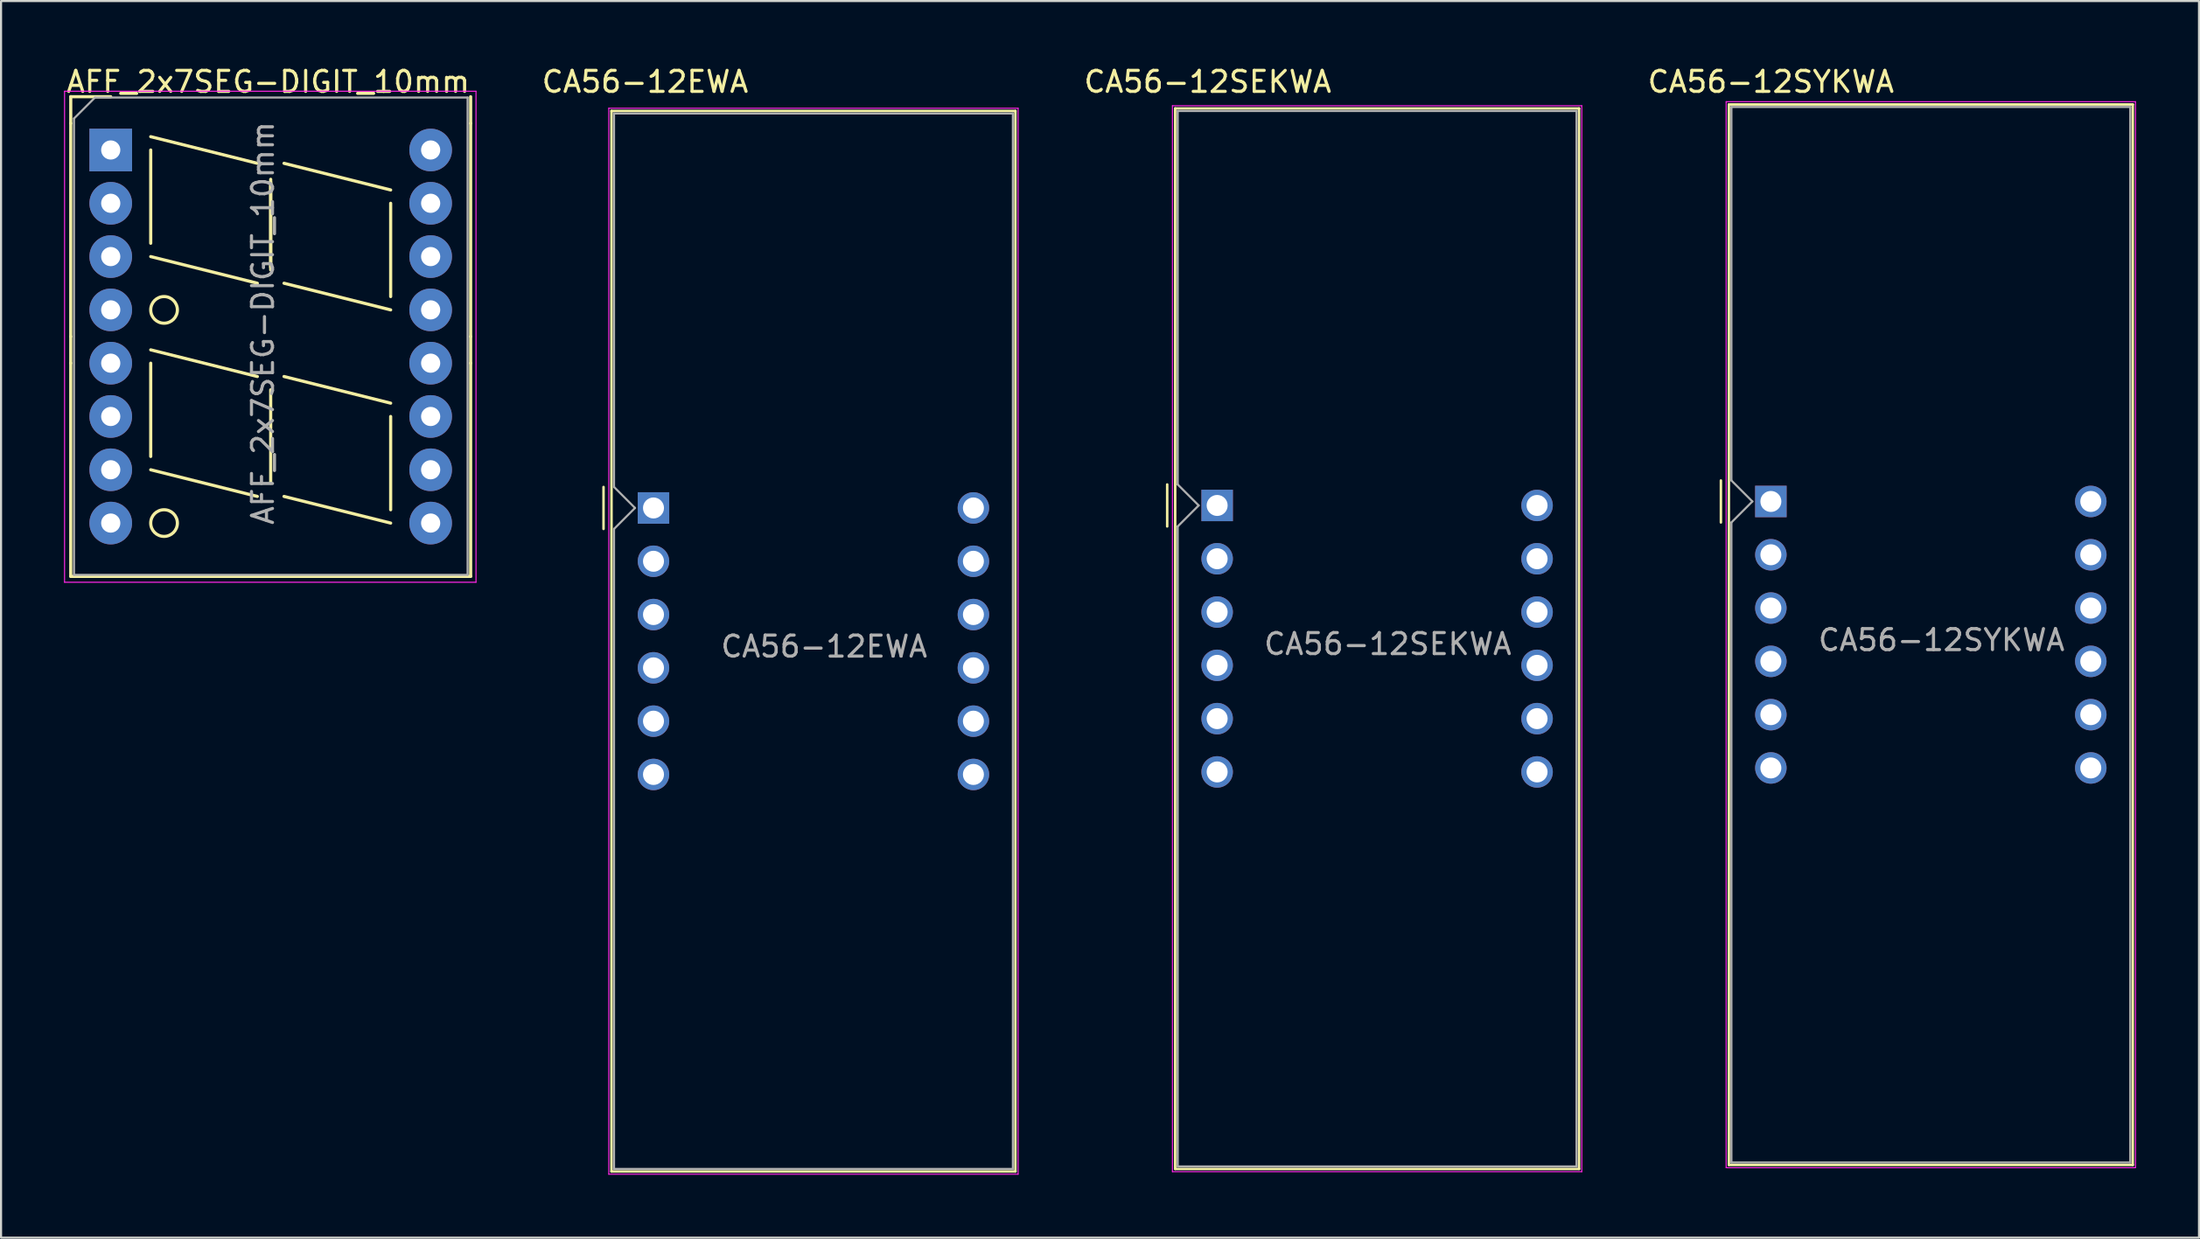
<source format=kicad_pcb>
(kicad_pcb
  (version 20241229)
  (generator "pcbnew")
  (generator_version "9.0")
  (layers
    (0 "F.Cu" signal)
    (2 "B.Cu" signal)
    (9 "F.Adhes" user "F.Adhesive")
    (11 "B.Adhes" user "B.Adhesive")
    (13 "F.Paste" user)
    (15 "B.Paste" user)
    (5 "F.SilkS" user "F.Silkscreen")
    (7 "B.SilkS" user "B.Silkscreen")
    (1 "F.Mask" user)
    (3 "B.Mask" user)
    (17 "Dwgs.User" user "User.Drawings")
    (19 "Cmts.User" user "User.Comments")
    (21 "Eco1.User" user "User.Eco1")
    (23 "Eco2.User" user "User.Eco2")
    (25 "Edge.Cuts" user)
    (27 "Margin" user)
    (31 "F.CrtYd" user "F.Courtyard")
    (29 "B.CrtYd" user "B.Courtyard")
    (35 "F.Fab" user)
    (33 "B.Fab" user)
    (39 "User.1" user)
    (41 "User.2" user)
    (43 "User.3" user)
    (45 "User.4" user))
  (footprint "CA56-12EWA"
    (layer "F.Cu")
    (at 28.08 21.158)
    (property "Reference" "CA56-12EWA" (at -0.4 -20.31 0) (layer "F.SilkS") (effects (font (size 1 1) (thickness 0.15))))
    (attr through_hole)
    (fp_line (start -2.38 -1) (end -2.38 1) (stroke (width 0.12) (type solid)) (layer "F.SilkS"))
    (fp_line (start -2 -18.92) (end -2 31.62) (stroke (width 0.12) (type solid)) (layer "F.SilkS"))
    (fp_line (start -2 -18.92) (end 17.24 -18.92) (stroke (width 0.12) (type solid)) (layer "F.SilkS"))
    (fp_line (start -2 31.62) (end 17.24 31.62) (stroke (width 0.12) (type solid)) (layer "F.SilkS"))
    (fp_line (start 17.24 31.62) (end 17.24 -18.92) (stroke (width 0.12) (type solid)) (layer "F.SilkS"))
    (fp_line (start -2.13 -19.05) (end 17.37 -19.05) (stroke (width 0.05) (type solid)) (layer "F.CrtYd"))
    (fp_line (start -2.13 31.75) (end -2.13 -19.05) (stroke (width 0.05) (type solid)) (layer "F.CrtYd"))
    (fp_line (start 17.37 -19.05) (end 17.37 31.75) (stroke (width 0.05) (type solid)) (layer "F.CrtYd"))
    (fp_line (start 17.37 31.75) (end -2.13 31.75) (stroke (width 0.05) (type solid)) (layer "F.CrtYd"))
    (fp_line (start -1.88 -18.8) (end 17.12 -18.8) (stroke (width 0.1) (type solid)) (layer "F.Fab"))
    (fp_line (start -1.88 -1) (end -1.88 -18.8) (stroke (width 0.1) (type solid)) (layer "F.Fab"))
    (fp_line (start -1.88 1) (end -1.88 31.5) (stroke (width 0.1) (type solid)) (layer "F.Fab"))
    (fp_line (start -1.88 1) (end -0.88 0) (stroke (width 0.1) (type solid)) (layer "F.Fab"))
    (fp_line (start -1.88 31.5) (end 17.12 31.5) (stroke (width 0.1) (type solid)) (layer "F.Fab"))
    (fp_line (start -0.88 0) (end -1.88 -1) (stroke (width 0.1) (type solid)) (layer "F.Fab"))
    (fp_line (start 17.12 -18.8) (end 17.12 31.5) (stroke (width 0.1) (type solid)) (layer "F.Fab"))
    (fp_text user "${REFERENCE}" (at 8.128 6.604 0) (layer "F.Fab") (effects (font (size 1 1) (thickness 0.15))))
    (pad "1" thru_hole rect (at 0 0) (size 1.5 1.5) (drill 1) (layers "*.Cu" "*.Mask"))
    (pad "2" thru_hole circle (at 0 2.54) (size 1.5 1.5) (drill 1) (layers "*.Cu" "*.Mask"))
    (pad "3" thru_hole circle (at 0 5.08) (size 1.5 1.5) (drill 1) (layers "*.Cu" "*.Mask"))
    (pad "4" thru_hole circle (at 0 7.62) (size 1.5 1.5) (drill 1) (layers "*.Cu" "*.Mask"))
    (pad "5" thru_hole circle (at 0 10.16) (size 1.5 1.5) (drill 1) (layers "*.Cu" "*.Mask"))
    (pad "6" thru_hole circle (at 0 12.7) (size 1.5 1.5) (drill 1) (layers "*.Cu" "*.Mask"))
    (pad "7" thru_hole circle (at 15.24 12.7) (size 1.5 1.5) (drill 1) (layers "*.Cu" "*.Mask"))
    (pad "8" thru_hole circle (at 15.24 10.16) (size 1.5 1.5) (drill 1) (layers "*.Cu" "*.Mask"))
    (pad "9" thru_hole circle (at 15.24 7.62) (size 1.5 1.5) (drill 1) (layers "*.Cu" "*.Mask"))
    (pad "10" thru_hole circle (at 15.24 5.08) (size 1.5 1.5) (drill 1) (layers "*.Cu" "*.Mask"))
    (pad "11" thru_hole circle (at 15.24 2.54) (size 1.5 1.5) (drill 1) (layers "*.Cu" "*.Mask"))
    (pad "12" thru_hole circle (at 15.24 0) (size 1.5 1.5) (drill 1) (layers "*.Cu" "*.Mask")))
  (footprint "CA56-12SYKWA"
    (layer "F.Cu")
    (at 81.308 20.848)
    (property "Reference" "CA56-12SYKWA" (at 0 -20 0) (layer "F.SilkS") (effects (font (size 1 1) (thickness 0.15))))
    (attr through_hole)
    (fp_line (start -2.38 -1) (end -2.38 1) (stroke (width 0.12) (type solid)) (layer "F.SilkS"))
    (fp_line (start -2 -18.92) (end -2 31.62) (stroke (width 0.12) (type solid)) (layer "F.SilkS"))
    (fp_line (start -2 -18.92) (end 17.24 -18.92) (stroke (width 0.12) (type solid)) (layer "F.SilkS"))
    (fp_line (start -2 31.62) (end 17.24 31.62) (stroke (width 0.12) (type solid)) (layer "F.SilkS"))
    (fp_line (start 17.24 31.62) (end 17.24 -18.92) (stroke (width 0.12) (type solid)) (layer "F.SilkS"))
    (fp_line (start -2.13 -19.05) (end 17.37 -19.05) (stroke (width 0.05) (type solid)) (layer "F.CrtYd"))
    (fp_line (start -2.13 31.75) (end -2.13 -19.05) (stroke (width 0.05) (type solid)) (layer "F.CrtYd"))
    (fp_line (start 17.37 -19.05) (end 17.37 31.75) (stroke (width 0.05) (type solid)) (layer "F.CrtYd"))
    (fp_line (start 17.37 31.75) (end -2.13 31.75) (stroke (width 0.05) (type solid)) (layer "F.CrtYd"))
    (fp_line (start -1.88 -18.8) (end 17.12 -18.8) (stroke (width 0.1) (type solid)) (layer "F.Fab"))
    (fp_line (start -1.88 -1) (end -1.88 -18.8) (stroke (width 0.1) (type solid)) (layer "F.Fab"))
    (fp_line (start -1.88 1) (end -1.88 31.5) (stroke (width 0.1) (type solid)) (layer "F.Fab"))
    (fp_line (start -1.88 1) (end -0.88 0) (stroke (width 0.1) (type solid)) (layer "F.Fab"))
    (fp_line (start -1.88 31.5) (end 17.12 31.5) (stroke (width 0.1) (type solid)) (layer "F.Fab"))
    (fp_line (start -0.88 0) (end -1.88 -1) (stroke (width 0.1) (type solid)) (layer "F.Fab"))
    (fp_line (start 17.12 -18.8) (end 17.12 31.5) (stroke (width 0.1) (type solid)) (layer "F.Fab"))
    (fp_text user "${REFERENCE}" (at 8.128 6.604 0) (layer "F.Fab") (effects (font (size 1 1) (thickness 0.15))))
    (pad "1" thru_hole rect (at 0 0) (size 1.5 1.5) (drill 1) (layers "*.Cu" "*.Mask"))
    (pad "2" thru_hole circle (at 0 2.54) (size 1.5 1.5) (drill 1) (layers "*.Cu" "*.Mask"))
    (pad "3" thru_hole circle (at 0 5.08) (size 1.5 1.5) (drill 1) (layers "*.Cu" "*.Mask"))
    (pad "4" thru_hole circle (at 0 7.62) (size 1.5 1.5) (drill 1) (layers "*.Cu" "*.Mask"))
    (pad "5" thru_hole circle (at 0 10.16) (size 1.5 1.5) (drill 1) (layers "*.Cu" "*.Mask"))
    (pad "6" thru_hole circle (at 0 12.7) (size 1.5 1.5) (drill 1) (layers "*.Cu" "*.Mask"))
    (pad "7" thru_hole circle (at 15.24 12.7) (size 1.5 1.5) (drill 1) (layers "*.Cu" "*.Mask"))
    (pad "8" thru_hole circle (at 15.24 10.16) (size 1.5 1.5) (drill 1) (layers "*.Cu" "*.Mask"))
    (pad "9" thru_hole circle (at 15.24 7.62) (size 1.5 1.5) (drill 1) (layers "*.Cu" "*.Mask"))
    (pad "10" thru_hole circle (at 15.24 5.08) (size 1.5 1.5) (drill 1) (layers "*.Cu" "*.Mask"))
    (pad "11" thru_hole circle (at 15.24 2.54) (size 1.5 1.5) (drill 1) (layers "*.Cu" "*.Mask"))
    (pad "12" thru_hole circle (at 15.24 0) (size 1.5 1.5) (drill 1) (layers "*.Cu" "*.Mask")))
  (footprint "CA56-12SEKWA"
    (layer "F.Cu")
    (at 54.931 21.038)
    (property "Reference" "CA56-12SEKWA" (at -0.45 -20.19 0) (layer "F.SilkS") (effects (font (size 1 1) (thickness 0.15))))
    (attr through_hole)
    (fp_line (start -2.38 -1) (end -2.38 1) (stroke (width 0.12) (type solid)) (layer "F.SilkS"))
    (fp_line (start -2 -18.92) (end -2 31.62) (stroke (width 0.12) (type solid)) (layer "F.SilkS"))
    (fp_line (start -2 -18.92) (end 17.24 -18.92) (stroke (width 0.12) (type solid)) (layer "F.SilkS"))
    (fp_line (start -2 31.62) (end 17.24 31.62) (stroke (width 0.12) (type solid)) (layer "F.SilkS"))
    (fp_line (start 17.24 31.62) (end 17.24 -18.92) (stroke (width 0.12) (type solid)) (layer "F.SilkS"))
    (fp_line (start -2.13 -19.05) (end 17.37 -19.05) (stroke (width 0.05) (type solid)) (layer "F.CrtYd"))
    (fp_line (start -2.13 31.75) (end -2.13 -19.05) (stroke (width 0.05) (type solid)) (layer "F.CrtYd"))
    (fp_line (start 17.37 -19.05) (end 17.37 31.75) (stroke (width 0.05) (type solid)) (layer "F.CrtYd"))
    (fp_line (start 17.37 31.75) (end -2.13 31.75) (stroke (width 0.05) (type solid)) (layer "F.CrtYd"))
    (fp_line (start -1.88 -18.8) (end 17.12 -18.8) (stroke (width 0.1) (type solid)) (layer "F.Fab"))
    (fp_line (start -1.88 -1) (end -1.88 -18.8) (stroke (width 0.1) (type solid)) (layer "F.Fab"))
    (fp_line (start -1.88 1) (end -1.88 31.5) (stroke (width 0.1) (type solid)) (layer "F.Fab"))
    (fp_line (start -1.88 1) (end -0.88 0) (stroke (width 0.1) (type solid)) (layer "F.Fab"))
    (fp_line (start -1.88 31.5) (end 17.12 31.5) (stroke (width 0.1) (type solid)) (layer "F.Fab"))
    (fp_line (start -0.88 0) (end -1.88 -1) (stroke (width 0.1) (type solid)) (layer "F.Fab"))
    (fp_line (start 17.12 -18.8) (end 17.12 31.5) (stroke (width 0.1) (type solid)) (layer "F.Fab"))
    (fp_text user "${REFERENCE}" (at 8.128 6.604 0) (layer "F.Fab") (effects (font (size 1 1) (thickness 0.15))))
    (pad "1" thru_hole rect (at 0 0) (size 1.5 1.5) (drill 1) (layers "*.Cu" "*.Mask"))
    (pad "2" thru_hole circle (at 0 2.54) (size 1.5 1.5) (drill 1) (layers "*.Cu" "*.Mask"))
    (pad "3" thru_hole circle (at 0 5.08) (size 1.5 1.5) (drill 1) (layers "*.Cu" "*.Mask"))
    (pad "4" thru_hole circle (at 0 7.62) (size 1.5 1.5) (drill 1) (layers "*.Cu" "*.Mask"))
    (pad "5" thru_hole circle (at 0 10.16) (size 1.5 1.5) (drill 1) (layers "*.Cu" "*.Mask"))
    (pad "6" thru_hole circle (at 0 12.7) (size 1.5 1.5) (drill 1) (layers "*.Cu" "*.Mask"))
    (pad "7" thru_hole circle (at 15.24 12.7) (size 1.5 1.5) (drill 1) (layers "*.Cu" "*.Mask"))
    (pad "8" thru_hole circle (at 15.24 10.16) (size 1.5 1.5) (drill 1) (layers "*.Cu" "*.Mask"))
    (pad "9" thru_hole circle (at 15.24 7.62) (size 1.5 1.5) (drill 1) (layers "*.Cu" "*.Mask"))
    (pad "10" thru_hole circle (at 15.24 5.08) (size 1.5 1.5) (drill 1) (layers "*.Cu" "*.Mask"))
    (pad "11" thru_hole circle (at 15.24 2.54) (size 1.5 1.5) (drill 1) (layers "*.Cu" "*.Mask"))
    (pad "12" thru_hole circle (at 15.24 0) (size 1.5 1.5) (drill 1) (layers "*.Cu" "*.Mask")))
  (footprint "AFF_2x7SEG-DIGIT_10mm"
    (layer "F.Cu")
    (at 2.225 4.098)
    (property "Reference" "AFF_2x7SEG-DIGIT_10mm" (at 7.5 -3.25 0) (layer "F.SilkS") (effects (font (size 1 1) (thickness 0.15))))
    (attr through_hole)
    (fp_line (start -1.905 -2.54) (end -1.905 -1.27) (stroke (width 0.15) (type solid)) (layer "F.SilkS"))
    (fp_line (start -1.905 -1.27) (end -1.905 8.89) (stroke (width 0.15) (type solid)) (layer "F.SilkS"))
    (fp_line (start -1.905 8.89) (end -1.905 10.16) (stroke (width 0.15) (type solid)) (layer "F.SilkS"))
    (fp_line (start -1.905 20.32) (end -1.905 10.16) (stroke (width 0.15) (type solid)) (layer "F.SilkS"))
    (fp_line (start 0 -2.54) (end -1.905 -2.54) (stroke (width 0.15) (type solid)) (layer "F.SilkS"))
    (fp_line (start 1.905 0) (end 1.905 4.445) (stroke (width 0.15) (type solid)) (layer "F.SilkS"))
    (fp_line (start 1.905 9.525) (end 6.985 10.795) (stroke (width 0.15) (type solid)) (layer "F.SilkS"))
    (fp_line (start 1.905 10.16) (end 1.905 14.605) (stroke (width 0.15) (type solid)) (layer "F.SilkS"))
    (fp_line (start 6.985 0.635) (end 1.905 -0.635) (stroke (width 0.15) (type solid)) (layer "F.SilkS"))
    (fp_line (start 6.985 6.35) (end 1.905 5.08) (stroke (width 0.15) (type solid)) (layer "F.SilkS"))
    (fp_line (start 6.985 16.51) (end 1.905 15.24) (stroke (width 0.15) (type solid)) (layer "F.SilkS"))
    (fp_line (start 7.62 1.397) (end 7.62 5.715) (stroke (width 0.15) (type solid)) (layer "F.SilkS"))
    (fp_line (start 7.62 1.524) (end 7.62 5.588) (stroke (width 0.15) (type solid)) (layer "F.SilkS"))
    (fp_line (start 7.62 11.43) (end 7.62 15.875) (stroke (width 0.15) (type solid)) (layer "F.SilkS"))
    (fp_line (start 8.255 0.635) (end 13.335 1.905) (stroke (width 0.15) (type solid)) (layer "F.SilkS"))
    (fp_line (start 8.255 6.35) (end 13.335 7.62) (stroke (width 0.15) (type solid)) (layer "F.SilkS"))
    (fp_line (start 8.255 10.795) (end 13.335 12.065) (stroke (width 0.15) (type solid)) (layer "F.SilkS"))
    (fp_line (start 8.255 16.51) (end 13.335 17.78) (stroke (width 0.15) (type solid)) (layer "F.SilkS"))
    (fp_line (start 13.335 2.54) (end 13.335 6.985) (stroke (width 0.15) (type solid)) (layer "F.SilkS"))
    (fp_line (start 13.335 12.7) (end 13.335 17.145) (stroke (width 0.15) (type solid)) (layer "F.SilkS"))
    (fp_line (start 17.145 -1.27) (end 17.145 -2.54) (stroke (width 0.15) (type solid)) (layer "F.SilkS"))
    (fp_line (start 17.145 8.89) (end 17.145 -1.27) (stroke (width 0.15) (type solid)) (layer "F.SilkS"))
    (fp_line (start 17.145 10.16) (end 17.145 8.89) (stroke (width 0.15) (type solid)) (layer "F.SilkS"))
    (fp_line (start 17.145 10.16) (end 17.145 20.32) (stroke (width 0.15) (type solid)) (layer "F.SilkS"))
    (fp_line (start 17.145 20.32) (end -1.905 20.32) (stroke (width 0.15) (type solid)) (layer "F.SilkS"))
    (fp_circle (center 2.54 7.62) (end 2.54 8.255) (stroke (width 0.15) (type solid)) (fill no) (layer "F.SilkS"))
    (fp_circle (center 2.54 17.78) (end 2.54 18.415) (stroke (width 0.15) (type solid)) (fill no) (layer "F.SilkS"))
    (fp_line (start -2.2 -2.8) (end 17.4 -2.8) (stroke (width 0.05) (type solid)) (layer "F.CrtYd"))
    (fp_line (start -2.2 20.6) (end -2.2 -2.8) (stroke (width 0.05) (type solid)) (layer "F.CrtYd"))
    (fp_line (start 17.4 -2.8) (end 17.4 20.6) (stroke (width 0.05) (type solid)) (layer "F.CrtYd"))
    (fp_line (start 17.4 20.6) (end -2.2 20.6) (stroke (width 0.05) (type solid)) (layer "F.CrtYd"))
    (fp_line (start -1.75 -1.5) (end -1.75 20.25) (stroke (width 0.1) (type solid)) (layer "F.Fab"))
    (fp_line (start -1.75 20.25) (end 17 20.25) (stroke (width 0.1) (type solid)) (layer "F.Fab"))
    (fp_line (start -0.75 -2.5) (end -1.75 -1.5) (stroke (width 0.1) (type solid)) (layer "F.Fab"))
    (fp_line (start 17 -2.5) (end -0.75 -2.5) (stroke (width 0.1) (type solid)) (layer "F.Fab"))
    (fp_line (start 17 20.25) (end 17 -2.5) (stroke (width 0.1) (type solid)) (layer "F.Fab"))
    (fp_text user "${REFERENCE}" (at 7.25 8.25 270) (layer "F.Fab") (effects (font (size 1 1) (thickness 0.15))))
    (pad "1" thru_hole rect (at 0 0 270) (size 2.032 2.032) (drill 0.914) (layers "*.Cu" "*.Mask"))
    (pad "2" thru_hole circle (at 0 2.54 270) (size 2.032 2.032) (drill 0.914) (layers "*.Cu" "*.Mask"))
    (pad "3" thru_hole circle (at 0 5.08 270) (size 2.032 2.032) (drill 0.914) (layers "*.Cu" "*.Mask"))
    (pad "4" thru_hole circle (at 0 7.62 270) (size 2.032 2.032) (drill 0.914) (layers "*.Cu" "*.Mask"))
    (pad "5" thru_hole circle (at 0 10.16 270) (size 2.032 2.032) (drill 0.914) (layers "*.Cu" "*.Mask"))
    (pad "6" thru_hole circle (at 0 12.7 270) (size 2.032 2.032) (drill 0.914) (layers "*.Cu" "*.Mask"))
    (pad "7" thru_hole circle (at 0 15.24 270) (size 2.032 2.032) (drill 0.914) (layers "*.Cu" "*.Mask"))
    (pad "8" thru_hole circle (at 0 17.78 270) (size 2.032 2.032) (drill 0.914) (layers "*.Cu" "*.Mask"))
    (pad "9" thru_hole circle (at 15.24 17.78 270) (size 2.032 2.032) (drill 0.914) (layers "*.Cu" "*.Mask"))
    (pad "10" thru_hole circle (at 15.24 15.24 270) (size 2.032 2.032) (drill 0.914) (layers "*.Cu" "*.Mask"))
    (pad "11" thru_hole circle (at 15.24 12.7 270) (size 2.032 2.032) (drill 0.914) (layers "*.Cu" "*.Mask"))
    (pad "12" thru_hole circle (at 15.24 10.16 270) (size 2.032 2.032) (drill 0.914) (layers "*.Cu" "*.Mask"))
    (pad "13" thru_hole circle (at 15.24 7.62 270) (size 2.032 2.032) (drill 0.914) (layers "*.Cu" "*.Mask"))
    (pad "14" thru_hole circle (at 15.24 5.08 270) (size 2.032 2.032) (drill 0.914) (layers "*.Cu" "*.Mask"))
    (pad "15" thru_hole circle (at 15.24 2.54 270) (size 2.032 2.032) (drill 0.914) (layers "*.Cu" "*.Mask"))
    (pad "16" thru_hole circle (at 15.24 0 270) (size 2.032 2.032) (drill 0.914) (layers "*.Cu" "*.Mask")))
  (gr_rect
    (start -3 -3)
    (end 101.703 55.933)
    (stroke (width 0.1) (type default))
    (fill no)
    (layer "Edge.Cuts")))
</source>
